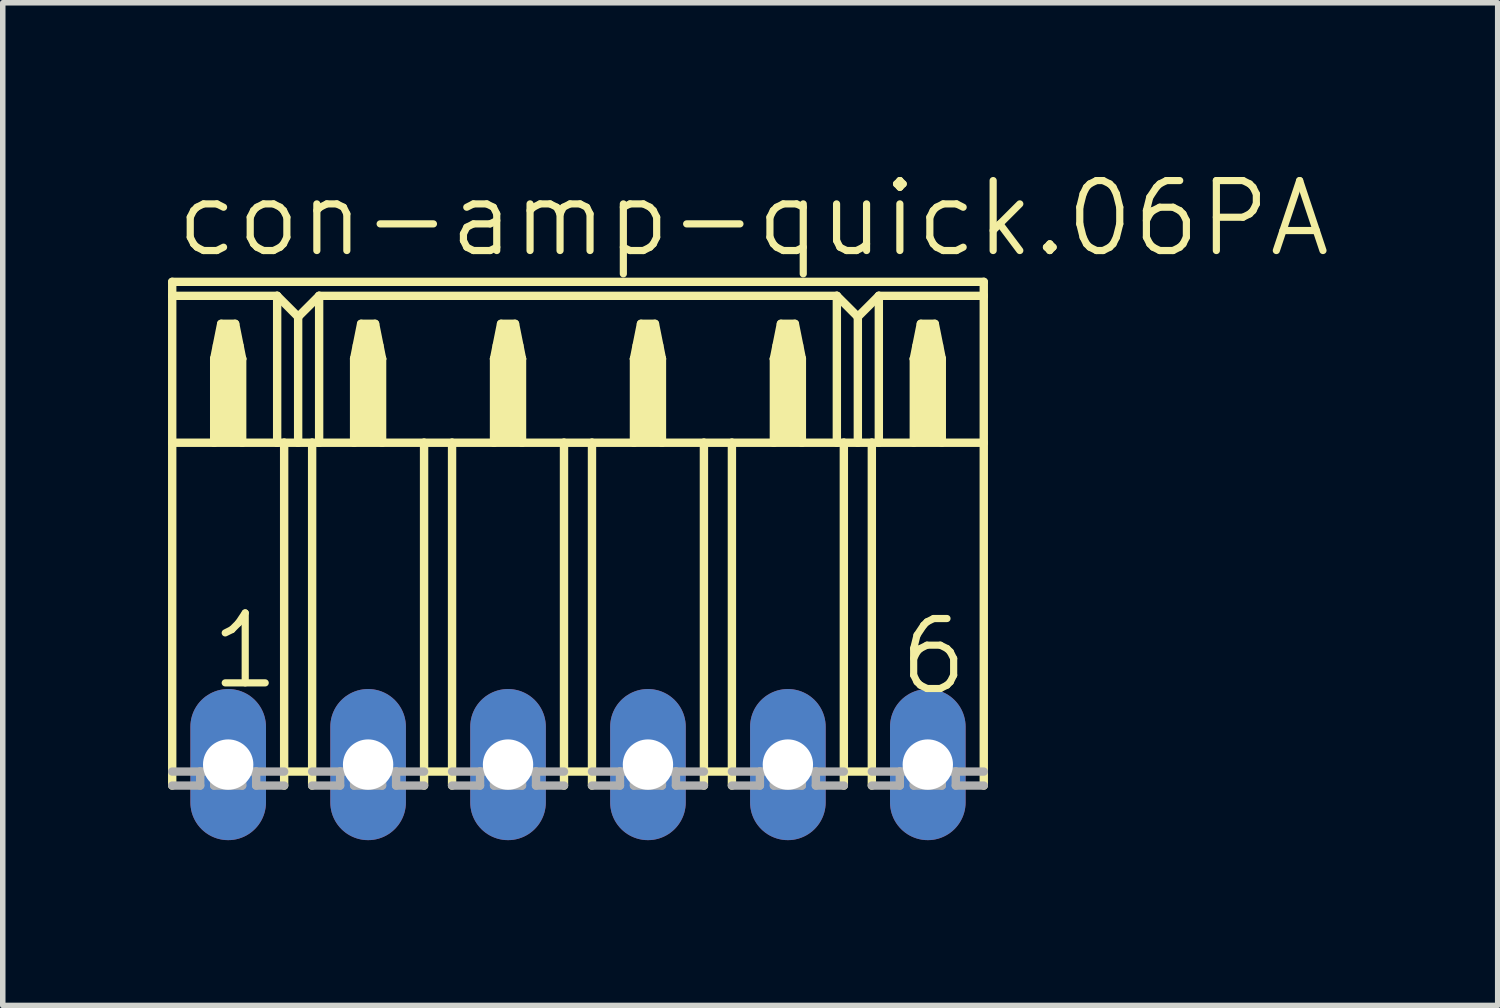
<source format=kicad_pcb>
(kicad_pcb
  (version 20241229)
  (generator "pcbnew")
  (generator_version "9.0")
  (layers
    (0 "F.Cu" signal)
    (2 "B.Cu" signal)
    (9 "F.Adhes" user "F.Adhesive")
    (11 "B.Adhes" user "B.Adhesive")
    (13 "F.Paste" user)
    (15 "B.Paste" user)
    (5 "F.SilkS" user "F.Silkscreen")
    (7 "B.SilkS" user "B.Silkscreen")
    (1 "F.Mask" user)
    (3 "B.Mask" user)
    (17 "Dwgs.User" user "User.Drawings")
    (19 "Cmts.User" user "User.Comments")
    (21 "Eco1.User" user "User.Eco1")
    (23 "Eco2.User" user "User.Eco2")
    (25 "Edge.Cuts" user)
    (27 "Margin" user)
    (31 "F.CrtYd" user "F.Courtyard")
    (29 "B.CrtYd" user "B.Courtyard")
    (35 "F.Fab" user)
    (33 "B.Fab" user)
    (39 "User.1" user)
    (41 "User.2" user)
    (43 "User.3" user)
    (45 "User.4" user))
  (footprint "con-amp-quick.06PA"
    (layer "F.Cu")
    (at 7.442 10.829)
    (property "Reference" "con-amp-quick.06PA" (at -7.366 -9.169 0) (layer "F.SilkS") (effects (font (size 1.27 1.27) (thickness 0.13)) (justify left bottom)))
    (attr through_hole)
    (fp_line (start -7.366 -8.763) (end -7.366 -8.509) (stroke (width 0.152) (type default)) (layer "F.SilkS"))
    (fp_line (start -7.366 -8.763) (end 7.366 -8.763) (stroke (width 0.152) (type default)) (layer "F.SilkS"))
    (fp_line (start -7.366 -8.509) (end -7.366 -5.842) (stroke (width 0.152) (type default)) (layer "F.SilkS"))
    (fp_line (start -7.366 -8.509) (end -5.461 -8.509) (stroke (width 0.152) (type default)) (layer "F.SilkS"))
    (fp_line (start -7.366 -5.842) (end -7.366 0.381) (stroke (width 0.152) (type default)) (layer "F.SilkS"))
    (fp_line (start -7.366 -5.842) (end -6.604 -5.842) (stroke (width 0.152) (type default)) (layer "F.SilkS"))
    (fp_line (start -6.604 -7.366) (end -6.604 -5.842) (stroke (width 0.152) (type default)) (layer "F.SilkS"))
    (fp_line (start -6.604 -7.366) (end -6.477 -8.001) (stroke (width 0.152) (type default)) (layer "F.SilkS"))
    (fp_line (start -6.604 -5.842) (end -6.096 -5.842) (stroke (width 0.152) (type default)) (layer "F.SilkS"))
    (fp_line (start -6.477 -8.001) (end -6.223 -8.001) (stroke (width 0.152) (type default)) (layer "F.SilkS"))
    (fp_line (start -6.223 -8.001) (end -6.096 -7.366) (stroke (width 0.152) (type default)) (layer "F.SilkS"))
    (fp_line (start -6.096 -7.366) (end -6.604 -7.366) (stroke (width 0.152) (type default)) (layer "F.SilkS"))
    (fp_line (start -6.096 -7.366) (end -6.096 -5.842) (stroke (width 0.152) (type default)) (layer "F.SilkS"))
    (fp_line (start -6.096 -5.842) (end -5.461 -5.842) (stroke (width 0.152) (type default)) (layer "F.SilkS"))
    (fp_line (start -5.461 -8.509) (end -5.461 -5.842) (stroke (width 0.152) (type default)) (layer "F.SilkS"))
    (fp_line (start -5.461 -8.509) (end -5.08 -8.128) (stroke (width 0.152) (type default)) (layer "F.SilkS"))
    (fp_line (start -5.461 -5.842) (end -5.334 -5.842) (stroke (width 0.152) (type default)) (layer "F.SilkS"))
    (fp_line (start -5.334 -5.842) (end -5.334 0.127) (stroke (width 0.152) (type default)) (layer "F.SilkS"))
    (fp_line (start -5.334 -5.842) (end -5.08 -5.842) (stroke (width 0.152) (type default)) (layer "F.SilkS"))
    (fp_line (start -5.334 0.127) (end -5.334 0.381) (stroke (width 0.152) (type default)) (layer "F.SilkS"))
    (fp_line (start -5.08 -8.128) (end -5.08 -5.842) (stroke (width 0.152) (type default)) (layer "F.SilkS"))
    (fp_line (start -5.08 -8.128) (end -4.699 -8.509) (stroke (width 0.152) (type default)) (layer "F.SilkS"))
    (fp_line (start -5.08 -5.842) (end -4.826 -5.842) (stroke (width 0.152) (type default)) (layer "F.SilkS"))
    (fp_line (start -4.826 -5.842) (end -4.826 0.127) (stroke (width 0.152) (type default)) (layer "F.SilkS"))
    (fp_line (start -4.826 -5.842) (end -4.699 -5.842) (stroke (width 0.152) (type default)) (layer "F.SilkS"))
    (fp_line (start -4.826 0.127) (end -5.334 0.127) (stroke (width 0.152) (type default)) (layer "F.SilkS"))
    (fp_line (start -4.826 0.127) (end -4.826 0.381) (stroke (width 0.152) (type default)) (layer "F.SilkS"))
    (fp_line (start -4.699 -8.509) (end -4.699 -5.842) (stroke (width 0.152) (type default)) (layer "F.SilkS"))
    (fp_line (start -4.699 -8.509) (end 4.699 -8.509) (stroke (width 0.152) (type default)) (layer "F.SilkS"))
    (fp_line (start -4.699 -5.842) (end -4.064 -5.842) (stroke (width 0.152) (type default)) (layer "F.SilkS"))
    (fp_line (start -4.064 -7.366) (end -4.064 -5.842) (stroke (width 0.152) (type default)) (layer "F.SilkS"))
    (fp_line (start -4.064 -7.366) (end -3.937 -8.001) (stroke (width 0.152) (type default)) (layer "F.SilkS"))
    (fp_line (start -4.064 -5.842) (end -3.556 -5.842) (stroke (width 0.152) (type default)) (layer "F.SilkS"))
    (fp_line (start -3.937 -8.001) (end -3.683 -8.001) (stroke (width 0.152) (type default)) (layer "F.SilkS"))
    (fp_line (start -3.683 -8.001) (end -3.556 -7.366) (stroke (width 0.152) (type default)) (layer "F.SilkS"))
    (fp_line (start -3.556 -7.366) (end -4.064 -7.366) (stroke (width 0.152) (type default)) (layer "F.SilkS"))
    (fp_line (start -3.556 -7.366) (end -3.556 -5.842) (stroke (width 0.152) (type default)) (layer "F.SilkS"))
    (fp_line (start -3.556 -5.842) (end -2.794 -5.842) (stroke (width 0.152) (type default)) (layer "F.SilkS"))
    (fp_line (start -2.794 -5.842) (end -2.794 0.127) (stroke (width 0.152) (type default)) (layer "F.SilkS"))
    (fp_line (start -2.794 -5.842) (end -2.286 -5.842) (stroke (width 0.152) (type default)) (layer "F.SilkS"))
    (fp_line (start -2.794 0.127) (end -2.794 0.381) (stroke (width 0.152) (type default)) (layer "F.SilkS"))
    (fp_line (start -2.286 -5.842) (end -2.286 0.127) (stroke (width 0.152) (type default)) (layer "F.SilkS"))
    (fp_line (start -2.286 -5.842) (end -1.524 -5.842) (stroke (width 0.152) (type default)) (layer "F.SilkS"))
    (fp_line (start -2.286 0.127) (end -2.794 0.127) (stroke (width 0.152) (type default)) (layer "F.SilkS"))
    (fp_line (start -2.286 0.127) (end -2.286 0.381) (stroke (width 0.152) (type default)) (layer "F.SilkS"))
    (fp_line (start -1.524 -7.366) (end -1.524 -5.842) (stroke (width 0.152) (type default)) (layer "F.SilkS"))
    (fp_line (start -1.524 -7.366) (end -1.397 -8.001) (stroke (width 0.152) (type default)) (layer "F.SilkS"))
    (fp_line (start -1.524 -5.842) (end -1.016 -5.842) (stroke (width 0.152) (type default)) (layer "F.SilkS"))
    (fp_line (start -1.397 -8.001) (end -1.143 -8.001) (stroke (width 0.152) (type default)) (layer "F.SilkS"))
    (fp_line (start -1.143 -8.001) (end -1.016 -7.366) (stroke (width 0.152) (type default)) (layer "F.SilkS"))
    (fp_line (start -1.016 -7.366) (end -1.524 -7.366) (stroke (width 0.152) (type default)) (layer "F.SilkS"))
    (fp_line (start -1.016 -7.366) (end -1.016 -5.842) (stroke (width 0.152) (type default)) (layer "F.SilkS"))
    (fp_line (start -1.016 -5.842) (end -0.254 -5.842) (stroke (width 0.152) (type default)) (layer "F.SilkS"))
    (fp_line (start -0.254 -5.842) (end -0.254 0.127) (stroke (width 0.152) (type default)) (layer "F.SilkS"))
    (fp_line (start -0.254 -5.842) (end 0.254 -5.842) (stroke (width 0.152) (type default)) (layer "F.SilkS"))
    (fp_line (start -0.254 0.127) (end -0.254 0.381) (stroke (width 0.152) (type default)) (layer "F.SilkS"))
    (fp_line (start 0.254 -5.842) (end 0.254 0.127) (stroke (width 0.152) (type default)) (layer "F.SilkS"))
    (fp_line (start 0.254 -5.842) (end 1.016 -5.842) (stroke (width 0.152) (type default)) (layer "F.SilkS"))
    (fp_line (start 0.254 0.127) (end -0.254 0.127) (stroke (width 0.152) (type default)) (layer "F.SilkS"))
    (fp_line (start 0.254 0.127) (end 0.254 0.381) (stroke (width 0.152) (type default)) (layer "F.SilkS"))
    (fp_line (start 1.016 -7.366) (end 1.016 -5.842) (stroke (width 0.152) (type default)) (layer "F.SilkS"))
    (fp_line (start 1.016 -7.366) (end 1.143 -8.001) (stroke (width 0.152) (type default)) (layer "F.SilkS"))
    (fp_line (start 1.016 -5.842) (end 1.524 -5.842) (stroke (width 0.152) (type default)) (layer "F.SilkS"))
    (fp_line (start 1.143 -8.001) (end 1.397 -8.001) (stroke (width 0.152) (type default)) (layer "F.SilkS"))
    (fp_line (start 1.397 -8.001) (end 1.524 -7.366) (stroke (width 0.152) (type default)) (layer "F.SilkS"))
    (fp_line (start 1.524 -7.366) (end 1.016 -7.366) (stroke (width 0.152) (type default)) (layer "F.SilkS"))
    (fp_line (start 1.524 -7.366) (end 1.524 -5.842) (stroke (width 0.152) (type default)) (layer "F.SilkS"))
    (fp_line (start 1.524 -5.842) (end 2.286 -5.842) (stroke (width 0.152) (type default)) (layer "F.SilkS"))
    (fp_line (start 2.286 -5.842) (end 2.286 0.127) (stroke (width 0.152) (type default)) (layer "F.SilkS"))
    (fp_line (start 2.286 -5.842) (end 2.794 -5.842) (stroke (width 0.152) (type default)) (layer "F.SilkS"))
    (fp_line (start 2.286 0.127) (end 2.286 0.381) (stroke (width 0.152) (type default)) (layer "F.SilkS"))
    (fp_line (start 2.794 -5.842) (end 2.794 0.127) (stroke (width 0.152) (type default)) (layer "F.SilkS"))
    (fp_line (start 2.794 -5.842) (end 3.556 -5.842) (stroke (width 0.152) (type default)) (layer "F.SilkS"))
    (fp_line (start 2.794 0.127) (end 2.286 0.127) (stroke (width 0.152) (type default)) (layer "F.SilkS"))
    (fp_line (start 2.794 0.127) (end 2.794 0.381) (stroke (width 0.152) (type default)) (layer "F.SilkS"))
    (fp_line (start 3.556 -7.366) (end 3.556 -5.842) (stroke (width 0.152) (type default)) (layer "F.SilkS"))
    (fp_line (start 3.556 -7.366) (end 3.683 -8.001) (stroke (width 0.152) (type default)) (layer "F.SilkS"))
    (fp_line (start 3.556 -5.842) (end 4.064 -5.842) (stroke (width 0.152) (type default)) (layer "F.SilkS"))
    (fp_line (start 3.683 -8.001) (end 3.937 -8.001) (stroke (width 0.152) (type default)) (layer "F.SilkS"))
    (fp_line (start 3.937 -8.001) (end 4.064 -7.366) (stroke (width 0.152) (type default)) (layer "F.SilkS"))
    (fp_line (start 4.064 -7.366) (end 3.556 -7.366) (stroke (width 0.152) (type default)) (layer "F.SilkS"))
    (fp_line (start 4.064 -7.366) (end 4.064 -5.842) (stroke (width 0.152) (type default)) (layer "F.SilkS"))
    (fp_line (start 4.064 -5.842) (end 4.826 -5.842) (stroke (width 0.152) (type default)) (layer "F.SilkS"))
    (fp_line (start 4.699 -8.509) (end 4.699 -5.842) (stroke (width 0.152) (type default)) (layer "F.SilkS"))
    (fp_line (start 4.699 -8.509) (end 5.08 -8.128) (stroke (width 0.152) (type default)) (layer "F.SilkS"))
    (fp_line (start 4.826 -5.842) (end 4.826 0.127) (stroke (width 0.152) (type default)) (layer "F.SilkS"))
    (fp_line (start 4.826 -5.842) (end 5.08 -5.842) (stroke (width 0.152) (type default)) (layer "F.SilkS"))
    (fp_line (start 4.826 0.127) (end 4.826 0.381) (stroke (width 0.152) (type default)) (layer "F.SilkS"))
    (fp_line (start 5.08 -8.128) (end 5.08 -5.842) (stroke (width 0.152) (type default)) (layer "F.SilkS"))
    (fp_line (start 5.08 -8.128) (end 5.461 -8.509) (stroke (width 0.152) (type default)) (layer "F.SilkS"))
    (fp_line (start 5.08 -5.842) (end 5.334 -5.842) (stroke (width 0.152) (type default)) (layer "F.SilkS"))
    (fp_line (start 5.334 -5.842) (end 5.334 0.127) (stroke (width 0.152) (type default)) (layer "F.SilkS"))
    (fp_line (start 5.334 -5.842) (end 7.366 -5.842) (stroke (width 0.152) (type default)) (layer "F.SilkS"))
    (fp_line (start 5.334 0.127) (end 4.826 0.127) (stroke (width 0.152) (type default)) (layer "F.SilkS"))
    (fp_line (start 5.334 0.127) (end 5.334 0.381) (stroke (width 0.152) (type default)) (layer "F.SilkS"))
    (fp_line (start 5.461 -8.509) (end 5.461 -5.842) (stroke (width 0.152) (type default)) (layer "F.SilkS"))
    (fp_line (start 5.461 -8.509) (end 7.366 -8.509) (stroke (width 0.152) (type default)) (layer "F.SilkS"))
    (fp_line (start 6.096 -7.366) (end 6.096 -5.842) (stroke (width 0.152) (type default)) (layer "F.SilkS"))
    (fp_line (start 6.096 -7.366) (end 6.223 -8.001) (stroke (width 0.152) (type default)) (layer "F.SilkS"))
    (fp_line (start 6.223 -8.001) (end 6.477 -8.001) (stroke (width 0.152) (type default)) (layer "F.SilkS"))
    (fp_line (start 6.477 -8.001) (end 6.604 -7.366) (stroke (width 0.152) (type default)) (layer "F.SilkS"))
    (fp_line (start 6.604 -7.366) (end 6.096 -7.366) (stroke (width 0.152) (type default)) (layer "F.SilkS"))
    (fp_line (start 6.604 -7.366) (end 6.604 -5.842) (stroke (width 0.152) (type default)) (layer "F.SilkS"))
    (fp_line (start 7.366 -8.509) (end 7.366 -8.763) (stroke (width 0.152) (type default)) (layer "F.SilkS"))
    (fp_line (start 7.366 -8.509) (end 7.366 -5.842) (stroke (width 0.152) (type default)) (layer "F.SilkS"))
    (fp_line (start 7.366 -5.842) (end 7.366 0.381) (stroke (width 0.152) (type default)) (layer "F.SilkS"))
    (fp_rect (start -6.604 -7.366) (end -6.477 -7.62) (stroke (width 0.05) (type default)) (fill yes) (layer "F.SilkS"))
    (fp_rect (start -6.604 -5.842) (end -6.096 -7.366) (stroke (width 0.05) (type default)) (fill yes) (layer "F.SilkS"))
    (fp_rect (start -6.477 -7.366) (end -6.223 -8.001) (stroke (width 0.05) (type default)) (fill yes) (layer "F.SilkS"))
    (fp_rect (start -6.223 -7.366) (end -6.096 -7.62) (stroke (width 0.05) (type default)) (fill yes) (layer "F.SilkS"))
    (fp_rect (start -4.064 -7.366) (end -3.937 -7.62) (stroke (width 0.05) (type default)) (fill yes) (layer "F.SilkS"))
    (fp_rect (start -4.064 -5.842) (end -3.556 -7.366) (stroke (width 0.05) (type default)) (fill yes) (layer "F.SilkS"))
    (fp_rect (start -3.937 -7.366) (end -3.683 -8.001) (stroke (width 0.05) (type default)) (fill yes) (layer "F.SilkS"))
    (fp_rect (start -3.683 -7.366) (end -3.556 -7.62) (stroke (width 0.05) (type default)) (fill yes) (layer "F.SilkS"))
    (fp_rect (start -1.524 -7.366) (end -1.397 -7.62) (stroke (width 0.05) (type default)) (fill yes) (layer "F.SilkS"))
    (fp_rect (start -1.524 -5.842) (end -1.016 -7.366) (stroke (width 0.05) (type default)) (fill yes) (layer "F.SilkS"))
    (fp_rect (start -1.397 -7.366) (end -1.143 -8.001) (stroke (width 0.05) (type default)) (fill yes) (layer "F.SilkS"))
    (fp_rect (start -1.143 -7.366) (end -1.016 -7.62) (stroke (width 0.05) (type default)) (fill yes) (layer "F.SilkS"))
    (fp_rect (start 1.016 -7.366) (end 1.143 -7.62) (stroke (width 0.05) (type default)) (fill yes) (layer "F.SilkS"))
    (fp_rect (start 1.016 -5.842) (end 1.524 -7.366) (stroke (width 0.05) (type default)) (fill yes) (layer "F.SilkS"))
    (fp_rect (start 1.143 -7.366) (end 1.397 -8.001) (stroke (width 0.05) (type default)) (fill yes) (layer "F.SilkS"))
    (fp_rect (start 1.397 -7.366) (end 1.524 -7.62) (stroke (width 0.05) (type default)) (fill yes) (layer "F.SilkS"))
    (fp_rect (start 3.556 -7.366) (end 3.683 -7.62) (stroke (width 0.05) (type default)) (fill yes) (layer "F.SilkS"))
    (fp_rect (start 3.556 -5.842) (end 4.064 -7.366) (stroke (width 0.05) (type default)) (fill yes) (layer "F.SilkS"))
    (fp_rect (start 3.683 -7.366) (end 3.937 -8.001) (stroke (width 0.05) (type default)) (fill yes) (layer "F.SilkS"))
    (fp_rect (start 3.937 -7.366) (end 4.064 -7.62) (stroke (width 0.05) (type default)) (fill yes) (layer "F.SilkS"))
    (fp_rect (start 6.096 -7.366) (end 6.223 -7.62) (stroke (width 0.05) (type default)) (fill yes) (layer "F.SilkS"))
    (fp_rect (start 6.096 -5.842) (end 6.604 -7.366) (stroke (width 0.05) (type default)) (fill yes) (layer "F.SilkS"))
    (fp_rect (start 6.223 -7.366) (end 6.477 -8.001) (stroke (width 0.05) (type default)) (fill yes) (layer "F.SilkS"))
    (fp_rect (start 6.477 -7.366) (end 6.604 -7.62) (stroke (width 0.05) (type default)) (fill yes) (layer "F.SilkS"))
    (fp_line (start -7.366 0.127) (end -6.858 0.127) (stroke (width 0.152) (type default)) (layer "F.Fab"))
    (fp_line (start -6.858 0.381) (end -7.366 0.381) (stroke (width 0.152) (type default)) (layer "F.Fab"))
    (fp_line (start -6.858 0.381) (end -6.858 0.127) (stroke (width 0.152) (type default)) (layer "F.Fab"))
    (fp_line (start -6.604 0.127) (end -6.858 0.127) (stroke (width 0.152) (type default)) (layer "F.Fab"))
    (fp_line (start -6.604 0.381) (end -6.604 0.127) (stroke (width 0.152) (type default)) (layer "F.Fab"))
    (fp_line (start -6.096 0.381) (end -6.604 0.381) (stroke (width 0.152) (type default)) (layer "F.Fab"))
    (fp_line (start -6.096 0.381) (end -6.096 0.127) (stroke (width 0.152) (type default)) (layer "F.Fab"))
    (fp_line (start -5.842 0.127) (end -6.096 0.127) (stroke (width 0.152) (type default)) (layer "F.Fab"))
    (fp_line (start -5.842 0.381) (end -5.842 0.127) (stroke (width 0.152) (type default)) (layer "F.Fab"))
    (fp_line (start -5.334 0.127) (end -5.842 0.127) (stroke (width 0.152) (type default)) (layer "F.Fab"))
    (fp_line (start -5.334 0.381) (end -5.842 0.381) (stroke (width 0.152) (type default)) (layer "F.Fab"))
    (fp_line (start -4.826 0.127) (end -4.318 0.127) (stroke (width 0.152) (type default)) (layer "F.Fab"))
    (fp_line (start -4.318 0.381) (end -4.826 0.381) (stroke (width 0.152) (type default)) (layer "F.Fab"))
    (fp_line (start -4.318 0.381) (end -4.318 0.127) (stroke (width 0.152) (type default)) (layer "F.Fab"))
    (fp_line (start -4.064 0.127) (end -4.318 0.127) (stroke (width 0.152) (type default)) (layer "F.Fab"))
    (fp_line (start -4.064 0.381) (end -4.064 0.127) (stroke (width 0.152) (type default)) (layer "F.Fab"))
    (fp_line (start -3.556 0.381) (end -4.064 0.381) (stroke (width 0.152) (type default)) (layer "F.Fab"))
    (fp_line (start -3.556 0.381) (end -3.556 0.127) (stroke (width 0.152) (type default)) (layer "F.Fab"))
    (fp_line (start -3.302 0.127) (end -3.556 0.127) (stroke (width 0.152) (type default)) (layer "F.Fab"))
    (fp_line (start -3.302 0.381) (end -3.302 0.127) (stroke (width 0.152) (type default)) (layer "F.Fab"))
    (fp_line (start -2.794 0.127) (end -3.302 0.127) (stroke (width 0.152) (type default)) (layer "F.Fab"))
    (fp_line (start -2.794 0.381) (end -3.302 0.381) (stroke (width 0.152) (type default)) (layer "F.Fab"))
    (fp_line (start -2.286 0.127) (end -1.778 0.127) (stroke (width 0.152) (type default)) (layer "F.Fab"))
    (fp_line (start -1.778 0.381) (end -2.286 0.381) (stroke (width 0.152) (type default)) (layer "F.Fab"))
    (fp_line (start -1.778 0.381) (end -1.778 0.127) (stroke (width 0.152) (type default)) (layer "F.Fab"))
    (fp_line (start -1.524 0.127) (end -1.778 0.127) (stroke (width 0.152) (type default)) (layer "F.Fab"))
    (fp_line (start -1.524 0.381) (end -1.524 0.127) (stroke (width 0.152) (type default)) (layer "F.Fab"))
    (fp_line (start -1.016 0.381) (end -1.524 0.381) (stroke (width 0.152) (type default)) (layer "F.Fab"))
    (fp_line (start -1.016 0.381) (end -1.016 0.127) (stroke (width 0.152) (type default)) (layer "F.Fab"))
    (fp_line (start -0.762 0.127) (end -1.016 0.127) (stroke (width 0.152) (type default)) (layer "F.Fab"))
    (fp_line (start -0.762 0.381) (end -0.762 0.127) (stroke (width 0.152) (type default)) (layer "F.Fab"))
    (fp_line (start -0.254 0.127) (end -0.762 0.127) (stroke (width 0.152) (type default)) (layer "F.Fab"))
    (fp_line (start -0.254 0.381) (end -0.762 0.381) (stroke (width 0.152) (type default)) (layer "F.Fab"))
    (fp_line (start 0.254 0.127) (end 0.762 0.127) (stroke (width 0.152) (type default)) (layer "F.Fab"))
    (fp_line (start 0.762 0.381) (end 0.254 0.381) (stroke (width 0.152) (type default)) (layer "F.Fab"))
    (fp_line (start 0.762 0.381) (end 0.762 0.127) (stroke (width 0.152) (type default)) (layer "F.Fab"))
    (fp_line (start 1.016 0.127) (end 0.762 0.127) (stroke (width 0.152) (type default)) (layer "F.Fab"))
    (fp_line (start 1.016 0.381) (end 1.016 0.127) (stroke (width 0.152) (type default)) (layer "F.Fab"))
    (fp_line (start 1.524 0.381) (end 1.016 0.381) (stroke (width 0.152) (type default)) (layer "F.Fab"))
    (fp_line (start 1.524 0.381) (end 1.524 0.127) (stroke (width 0.152) (type default)) (layer "F.Fab"))
    (fp_line (start 1.778 0.127) (end 1.524 0.127) (stroke (width 0.152) (type default)) (layer "F.Fab"))
    (fp_line (start 1.778 0.381) (end 1.778 0.127) (stroke (width 0.152) (type default)) (layer "F.Fab"))
    (fp_line (start 2.286 0.127) (end 1.778 0.127) (stroke (width 0.152) (type default)) (layer "F.Fab"))
    (fp_line (start 2.286 0.381) (end 1.778 0.381) (stroke (width 0.152) (type default)) (layer "F.Fab"))
    (fp_line (start 2.794 0.127) (end 3.302 0.127) (stroke (width 0.152) (type default)) (layer "F.Fab"))
    (fp_line (start 3.302 0.381) (end 2.794 0.381) (stroke (width 0.152) (type default)) (layer "F.Fab"))
    (fp_line (start 3.302 0.381) (end 3.302 0.127) (stroke (width 0.152) (type default)) (layer "F.Fab"))
    (fp_line (start 3.556 0.127) (end 3.302 0.127) (stroke (width 0.152) (type default)) (layer "F.Fab"))
    (fp_line (start 3.556 0.381) (end 3.556 0.127) (stroke (width 0.152) (type default)) (layer "F.Fab"))
    (fp_line (start 4.064 0.381) (end 3.556 0.381) (stroke (width 0.152) (type default)) (layer "F.Fab"))
    (fp_line (start 4.064 0.381) (end 4.064 0.127) (stroke (width 0.152) (type default)) (layer "F.Fab"))
    (fp_line (start 4.318 0.127) (end 4.064 0.127) (stroke (width 0.152) (type default)) (layer "F.Fab"))
    (fp_line (start 4.318 0.381) (end 4.318 0.127) (stroke (width 0.152) (type default)) (layer "F.Fab"))
    (fp_line (start 4.826 0.127) (end 4.318 0.127) (stroke (width 0.152) (type default)) (layer "F.Fab"))
    (fp_line (start 4.826 0.381) (end 4.318 0.381) (stroke (width 0.152) (type default)) (layer "F.Fab"))
    (fp_line (start 5.334 0.127) (end 5.842 0.127) (stroke (width 0.152) (type default)) (layer "F.Fab"))
    (fp_line (start 5.842 0.381) (end 5.334 0.381) (stroke (width 0.152) (type default)) (layer "F.Fab"))
    (fp_line (start 5.842 0.381) (end 5.842 0.127) (stroke (width 0.152) (type default)) (layer "F.Fab"))
    (fp_line (start 6.096 0.127) (end 5.842 0.127) (stroke (width 0.152) (type default)) (layer "F.Fab"))
    (fp_line (start 6.096 0.381) (end 6.096 0.127) (stroke (width 0.152) (type default)) (layer "F.Fab"))
    (fp_line (start 6.604 0.381) (end 6.096 0.381) (stroke (width 0.152) (type default)) (layer "F.Fab"))
    (fp_line (start 6.604 0.381) (end 6.604 0.127) (stroke (width 0.152) (type default)) (layer "F.Fab"))
    (fp_line (start 6.858 0.127) (end 6.604 0.127) (stroke (width 0.152) (type default)) (layer "F.Fab"))
    (fp_line (start 6.858 0.381) (end 6.858 0.127) (stroke (width 0.152) (type default)) (layer "F.Fab"))
    (fp_line (start 7.366 0.127) (end 6.858 0.127) (stroke (width 0.152) (type default)) (layer "F.Fab"))
    (fp_line (start 7.366 0.381) (end 6.858 0.381) (stroke (width 0.152) (type default)) (layer "F.Fab"))
    (fp_text user "6" (at 5.766 -1.219 0) (layer "F.SilkS") (effects (font (size 1.27 1.27) (thickness 0.13)) (justify left bottom)))
    (fp_text user "1" (at -6.731 -1.321 0) (layer "F.SilkS") (effects (font (size 1.27 1.27) (thickness 0.13)) (justify left bottom)))
    (pad "1" thru_hole oval (at -6.35 0 90) (size 2.743 1.372) (drill 0.914) (layers "*.Cu" "*.Mask"))
    (pad "2" thru_hole oval (at -3.81 0 90) (size 2.743 1.372) (drill 0.914) (layers "*.Cu" "*.Mask"))
    (pad "3" thru_hole oval (at -1.27 0 90) (size 2.743 1.372) (drill 0.914) (layers "*.Cu" "*.Mask"))
    (pad "4" thru_hole oval (at 1.27 0 90) (size 2.743 1.372) (drill 0.914) (layers "*.Cu" "*.Mask"))
    (pad "5" thru_hole oval (at 3.81 0 90) (size 2.743 1.372) (drill 0.914) (layers "*.Cu" "*.Mask"))
    (pad "6" thru_hole oval (at 6.35 0 90) (size 2.743 1.372) (drill 0.914) (layers "*.Cu" "*.Mask")))
  (gr_rect
    (start -3 -3)
    (end 24.137 15.201)
    (stroke (width 0.1) (type default))
    (fill no)
    (layer "Edge.Cuts")))
</source>
